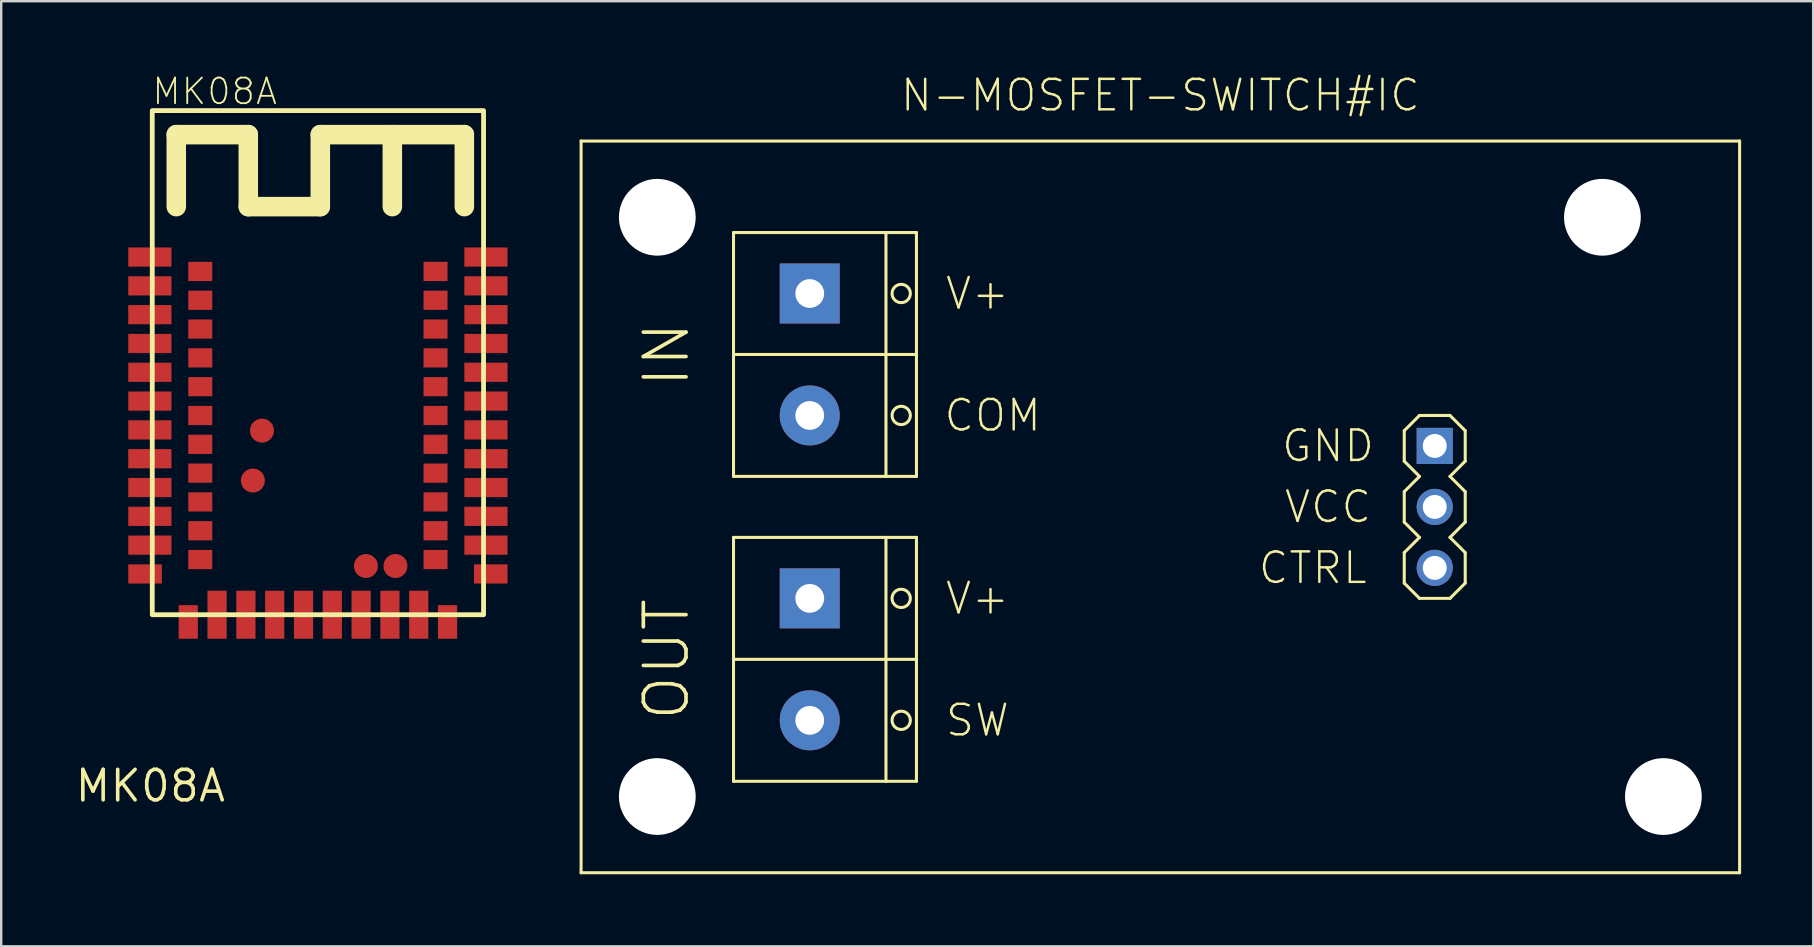
<source format=kicad_pcb>
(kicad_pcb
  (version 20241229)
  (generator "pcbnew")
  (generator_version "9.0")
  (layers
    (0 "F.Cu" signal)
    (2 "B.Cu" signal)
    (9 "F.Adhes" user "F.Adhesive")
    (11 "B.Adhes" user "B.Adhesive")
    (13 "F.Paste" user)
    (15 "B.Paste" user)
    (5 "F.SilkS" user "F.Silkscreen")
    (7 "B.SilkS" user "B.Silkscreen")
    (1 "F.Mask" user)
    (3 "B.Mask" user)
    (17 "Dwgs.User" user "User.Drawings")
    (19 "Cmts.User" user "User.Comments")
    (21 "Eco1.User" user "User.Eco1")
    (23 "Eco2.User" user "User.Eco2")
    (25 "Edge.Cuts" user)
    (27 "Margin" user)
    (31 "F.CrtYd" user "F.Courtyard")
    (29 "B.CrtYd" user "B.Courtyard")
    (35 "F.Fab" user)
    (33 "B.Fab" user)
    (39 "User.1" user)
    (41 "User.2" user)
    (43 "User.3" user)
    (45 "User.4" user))
  (footprint "MK08A"
    (layer "F.Cu")
    (at 3.293 1.558)
    (property "Reference" "MK08A" (at -0.08 28.13 0) (layer "F.SilkS") (effects (font (size 1.27 1.27) (thickness 0.15))))
    (attr smd)
    (fp_line (start 1 1) (end 1 4) (stroke (width 0.813) (type solid)) (layer "F.SilkS"))
    (fp_line (start 4 1) (end 1 1) (stroke (width 0.813) (type solid)) (layer "F.SilkS"))
    (fp_line (start 4 4) (end 4 1) (stroke (width 0.813) (type solid)) (layer "F.SilkS"))
    (fp_line (start 7 1) (end 7 4) (stroke (width 0.813) (type solid)) (layer "F.SilkS"))
    (fp_line (start 7 4) (end 4 4) (stroke (width 0.813) (type solid)) (layer "F.SilkS"))
    (fp_line (start 10 1) (end 10 4) (stroke (width 0.813) (type solid)) (layer "F.SilkS"))
    (fp_line (start 13 1) (end 7 1) (stroke (width 0.813) (type solid)) (layer "F.SilkS"))
    (fp_line (start 13 4) (end 13 1) (stroke (width 0.813) (type solid)) (layer "F.SilkS"))
    (fp_rect (start 0 0) (end 13.8 21) (stroke (width 0.2) (type solid)) (fill no) (layer "F.SilkS"))
    (fp_text user "MK08A" (at 2.6 -0.8 0) (layer "F.SilkS") (effects (font (size 1.067 1.067) (thickness 0.076))))
    (pad "D+" smd rect (at 11.8 16.3) (size 1 0.8) (layers "F.Cu" "F.Mask" "F.Paste"))
    (pad "D-" smd rect (at 11.8 17.5) (size 1 0.8) (layers "F.Cu" "F.Mask" "F.Paste"))
    (pad "GND" smd rect (at -0.1 16.9) (size 1.8 0.8) (layers "F.Cu" "F.Mask" "F.Paste"))
    (pad "GND" smd rect (at 2 11.5) (size 1 0.8) (layers "F.Cu" "F.Mask" "F.Paste"))
    (pad "GND" smd rect (at 2 16.3) (size 1 0.8) (layers "F.Cu" "F.Mask" "F.Paste"))
    (pad "GND" smd circle (at 4.57 13.33) (size 1 1) (layers "F.Cu" "F.Mask" "F.Paste"))
    (pad "P0.02" smd rect (at -0.1 7.3) (size 1.8 0.8) (layers "F.Cu" "F.Mask" "F.Paste"))
    (pad "P0.03" smd rect (at -0.1 6.1) (size 1.8 0.8) (layers "F.Cu" "F.Mask" "F.Paste"))
    (pad "P0.04" smd rect (at 1.5 21.3 90) (size 1.4 0.8) (layers "F.Cu" "F.Mask" "F.Paste"))
    (pad "P0.05" smd rect (at -0.1 14.5) (size 1.8 0.8) (layers "F.Cu" "F.Mask" "F.Paste"))
    (pad "P0.06" smd rect (at 2.7 21 90) (size 2 0.8) (layers "F.Cu" "F.Mask" "F.Paste"))
    (pad "P0.07" smd rect (at -0.1 13.3) (size 1.8 0.8) (layers "F.Cu" "F.Mask" "F.Paste"))
    (pad "P0.08" smd rect (at 5.1 21 90) (size 2 0.8) (layers "F.Cu" "F.Mask" "F.Paste"))
    (pad "P0.09" smd rect (at 6.3 21 90) (size 2 0.8) (layers "F.Cu" "F.Mask" "F.Paste"))
    (pad "P0.10" smd rect (at 7.5 21 90) (size 2 0.8) (layers "F.Cu" "F.Mask" "F.Paste"))
    (pad "P0.11" smd rect (at 3.9 21 90) (size 2 0.8) (layers "F.Cu" "F.Mask" "F.Paste"))
    (pad "P0.12" smd rect (at 11.1 21 90) (size 2 0.8) (layers "F.Cu" "F.Mask" "F.Paste"))
    (pad "P0.13" smd rect (at 12.3 21.3 90) (size 1.4 0.8) (layers "F.Cu" "F.Mask" "F.Paste"))
    (pad "P0.14" smd rect (at 14.1 19.3) (size 1.4 0.8) (layers "F.Cu" "F.Mask" "F.Paste"))
    (pad "P0.15" smd rect (at 13.9 18.1) (size 1.8 0.8) (layers "F.Cu" "F.Mask" "F.Paste"))
    (pad "P0.16" smd rect (at 13.9 16.9) (size 1.8 0.8) (layers "F.Cu" "F.Mask" "F.Paste"))
    (pad "P0.17" smd rect (at 13.9 15.7) (size 1.8 0.8) (layers "F.Cu" "F.Mask" "F.Paste"))
    (pad "P0.18" smd rect (at 13.9 14.5) (size 1.8 0.8) (layers "F.Cu" "F.Mask" "F.Paste"))
    (pad "P0.19" smd rect (at 13.9 13.3) (size 1.8 0.8) (layers "F.Cu" "F.Mask" "F.Paste"))
    (pad "P0.20" smd rect (at 13.9 12.1) (size 1.8 0.8) (layers "F.Cu" "F.Mask" "F.Paste"))
    (pad "P0.21" smd rect (at 13.9 10.9) (size 1.8 0.8) (layers "F.Cu" "F.Mask" "F.Paste"))
    (pad "P0.22" smd rect (at 13.9 9.7) (size 1.8 0.8) (layers "F.Cu" "F.Mask" "F.Paste"))
    (pad "P0.23" smd rect (at 13.9 8.5) (size 1.8 0.8) (layers "F.Cu" "F.Mask" "F.Paste"))
    (pad "P0.24" smd rect (at 13.9 7.3) (size 1.8 0.8) (layers "F.Cu" "F.Mask" "F.Paste"))
    (pad "P0.25" smd rect (at 13.9 6.1) (size 1.8 0.8) (layers "F.Cu" "F.Mask" "F.Paste"))
    (pad "P0.26" smd rect (at -0.3 19.3) (size 1.4 0.8) (layers "F.Cu" "F.Mask" "F.Paste"))
    (pad "P0.27" smd rect (at -0.1 18.1) (size 1.8 0.8) (layers "F.Cu" "F.Mask" "F.Paste"))
    (pad "P0.28" smd rect (at -0.1 8.5) (size 1.8 0.8) (layers "F.Cu" "F.Mask" "F.Paste"))
    (pad "P0.29" smd rect (at -0.1 9.7) (size 1.8 0.8) (layers "F.Cu" "F.Mask" "F.Paste"))
    (pad "P0.30" smd rect (at -0.1 10.9) (size 1.8 0.8) (layers "F.Cu" "F.Mask" "F.Paste"))
    (pad "P0.31" smd rect (at -0.1 12.1) (size 1.8 0.8) (layers "F.Cu" "F.Mask" "F.Paste"))
    (pad "P1.00" smd rect (at 11.8 15.1) (size 1 0.8) (layers "F.Cu" "F.Mask" "F.Paste"))
    (pad "P1.01" smd rect (at 11.8 13.9) (size 1 0.8) (layers "F.Cu" "F.Mask" "F.Paste"))
    (pad "P1.02" smd rect (at 11.8 12.7) (size 1 0.8) (layers "F.Cu" "F.Mask" "F.Paste"))
    (pad "P1.03" smd rect (at 11.8 11.5) (size 1 0.8) (layers "F.Cu" "F.Mask" "F.Paste"))
    (pad "P1.04" smd rect (at 11.8 10.3) (size 1 0.8) (layers "F.Cu" "F.Mask" "F.Paste"))
    (pad "P1.05" smd rect (at 11.8 9.1) (size 1 0.8) (layers "F.Cu" "F.Mask" "F.Paste"))
    (pad "P1.06" smd rect (at 11.8 7.9) (size 1 0.8) (layers "F.Cu" "F.Mask" "F.Paste"))
    (pad "P1.07" smd rect (at 11.8 6.7) (size 1 0.8) (layers "F.Cu" "F.Mask" "F.Paste"))
    (pad "P1.08" smd rect (at 2 17.5) (size 1 0.8) (layers "F.Cu" "F.Mask" "F.Paste"))
    (pad "P1.09" smd rect (at 2 18.7) (size 1 0.8) (layers "F.Cu" "F.Mask" "F.Paste"))
    (pad "P1.10" smd rect (at 2 6.7) (size 1 0.8) (layers "F.Cu" "F.Mask" "F.Paste"))
    (pad "P1.11" smd rect (at 2 7.9) (size 1 0.8) (layers "F.Cu" "F.Mask" "F.Paste"))
    (pad "P1.12" smd rect (at 2 9.1) (size 1 0.8) (layers "F.Cu" "F.Mask" "F.Paste"))
    (pad "P1.13" smd rect (at 2 10.3) (size 1 0.8) (layers "F.Cu" "F.Mask" "F.Paste"))
    (pad "P1.14" smd rect (at 2 12.7) (size 1 0.8) (layers "F.Cu" "F.Mask" "F.Paste"))
    (pad "P1.15" smd rect (at 2 13.9) (size 1 0.8) (layers "F.Cu" "F.Mask" "F.Paste"))
    (pad "SWDCLK" smd rect (at 8.7 21 90) (size 2 0.8) (layers "F.Cu" "F.Mask" "F.Paste"))
    (pad "SWDCLK" smd circle (at 8.9 18.97) (size 1 1) (layers "F.Cu" "F.Mask" "F.Paste"))
    (pad "SWDIO" smd rect (at 9.9 21 90) (size 2 0.8) (layers "F.Cu" "F.Mask" "F.Paste"))
    (pad "SWDIO" smd circle (at 10.13 18.97) (size 1 1) (layers "F.Cu" "F.Mask" "F.Paste"))
    (pad "VBUS" smd rect (at 11.8 18.7) (size 1 0.8) (layers "F.Cu" "F.Mask" "F.Paste"))
    (pad "VDD" smd rect (at -0.1 15.7) (size 1.8 0.8) (layers "F.Cu" "F.Mask" "F.Paste"))
    (pad "VDD" smd circle (at 4.19 15.41) (size 1 1) (layers "F.Cu" "F.Mask" "F.Paste"))
    (pad "VDDH" smd rect (at 2 15.1) (size 1 0.8) (layers "F.Cu" "F.Mask" "F.Paste")))
  (footprint "N-MOSFET-SWITCH#IC"
    (layer "F.Cu")
    (at 45.286 18.066)
    (property "Reference" "N-MOSFET-SWITCH#IC" (at 0 -17.145 0) (layer "F.SilkS") (effects (font (size 1.27 1.27) (thickness 0.102))))
    (attr exclude_from_pos_files exclude_from_bom)
    (fp_line (start -24.13 -15.24) (end 24.13 -15.24) (stroke (width 0.127) (type solid)) (layer "F.SilkS"))
    (fp_line (start -24.13 15.24) (end -24.13 -15.24) (stroke (width 0.127) (type solid)) (layer "F.SilkS"))
    (fp_line (start -17.78 -11.43) (end -11.43 -11.43) (stroke (width 0.127) (type solid)) (layer "F.SilkS"))
    (fp_line (start -17.78 -6.35) (end -17.78 -11.43) (stroke (width 0.127) (type solid)) (layer "F.SilkS"))
    (fp_line (start -17.78 -1.27) (end -17.78 -6.35) (stroke (width 0.127) (type solid)) (layer "F.SilkS"))
    (fp_line (start -17.78 1.27) (end -17.78 6.35) (stroke (width 0.127) (type solid)) (layer "F.SilkS"))
    (fp_line (start -17.78 1.27) (end -11.43 1.27) (stroke (width 0.127) (type solid)) (layer "F.SilkS"))
    (fp_line (start -17.78 6.35) (end -17.78 11.43) (stroke (width 0.127) (type solid)) (layer "F.SilkS"))
    (fp_line (start -17.78 6.35) (end -10.16 6.35) (stroke (width 0.127) (type solid)) (layer "F.SilkS"))
    (fp_line (start -17.78 11.43) (end -11.43 11.43) (stroke (width 0.127) (type solid)) (layer "F.SilkS"))
    (fp_line (start -11.43 -11.43) (end -11.43 -1.27) (stroke (width 0.127) (type solid)) (layer "F.SilkS"))
    (fp_line (start -11.43 -11.43) (end -10.16 -11.43) (stroke (width 0.127) (type solid)) (layer "F.SilkS"))
    (fp_line (start -11.43 -1.27) (end -17.78 -1.27) (stroke (width 0.127) (type solid)) (layer "F.SilkS"))
    (fp_line (start -11.43 1.27) (end -11.43 11.43) (stroke (width 0.127) (type solid)) (layer "F.SilkS"))
    (fp_line (start -11.43 1.27) (end -10.16 1.27) (stroke (width 0.127) (type solid)) (layer "F.SilkS"))
    (fp_line (start -11.43 11.43) (end -10.16 11.43) (stroke (width 0.127) (type solid)) (layer "F.SilkS"))
    (fp_line (start -10.16 -11.43) (end -10.16 -6.35) (stroke (width 0.127) (type solid)) (layer "F.SilkS"))
    (fp_line (start -10.16 -6.35) (end -17.78 -6.35) (stroke (width 0.127) (type solid)) (layer "F.SilkS"))
    (fp_line (start -10.16 -6.35) (end -10.16 -1.27) (stroke (width 0.127) (type solid)) (layer "F.SilkS"))
    (fp_line (start -10.16 -1.27) (end -11.43 -1.27) (stroke (width 0.127) (type solid)) (layer "F.SilkS"))
    (fp_line (start -10.16 6.35) (end -10.16 1.27) (stroke (width 0.127) (type solid)) (layer "F.SilkS"))
    (fp_line (start -10.16 11.43) (end -10.16 6.35) (stroke (width 0.127) (type solid)) (layer "F.SilkS"))
    (fp_line (start 10.16 -3.175) (end 10.795 -3.81) (stroke (width 0.127) (type solid)) (layer "F.SilkS"))
    (fp_line (start 10.16 -1.905) (end 10.16 -3.175) (stroke (width 0.127) (type solid)) (layer "F.SilkS"))
    (fp_line (start 10.16 -0.635) (end 10.795 -1.27) (stroke (width 0.127) (type solid)) (layer "F.SilkS"))
    (fp_line (start 10.16 0.635) (end 10.16 -0.635) (stroke (width 0.127) (type solid)) (layer "F.SilkS"))
    (fp_line (start 10.16 1.905) (end 10.795 1.27) (stroke (width 0.127) (type solid)) (layer "F.SilkS"))
    (fp_line (start 10.16 3.175) (end 10.16 1.905) (stroke (width 0.127) (type solid)) (layer "F.SilkS"))
    (fp_line (start 10.795 -3.81) (end 12.065 -3.81) (stroke (width 0.127) (type solid)) (layer "F.SilkS"))
    (fp_line (start 10.795 -1.27) (end 10.16 -1.905) (stroke (width 0.127) (type solid)) (layer "F.SilkS"))
    (fp_line (start 10.795 1.27) (end 10.16 0.635) (stroke (width 0.127) (type solid)) (layer "F.SilkS"))
    (fp_line (start 10.795 3.81) (end 10.16 3.175) (stroke (width 0.127) (type solid)) (layer "F.SilkS"))
    (fp_line (start 10.795 3.81) (end 12.065 3.81) (stroke (width 0.127) (type solid)) (layer "F.SilkS"))
    (fp_line (start 12.065 -3.81) (end 12.7 -3.175) (stroke (width 0.127) (type solid)) (layer "F.SilkS"))
    (fp_line (start 12.065 -1.27) (end 12.7 -0.635) (stroke (width 0.127) (type solid)) (layer "F.SilkS"))
    (fp_line (start 12.065 1.27) (end 12.7 1.905) (stroke (width 0.127) (type solid)) (layer "F.SilkS"))
    (fp_line (start 12.7 -3.175) (end 12.7 -1.905) (stroke (width 0.127) (type solid)) (layer "F.SilkS"))
    (fp_line (start 12.7 -1.905) (end 12.065 -1.27) (stroke (width 0.127) (type solid)) (layer "F.SilkS"))
    (fp_line (start 12.7 -0.635) (end 12.7 0.635) (stroke (width 0.127) (type solid)) (layer "F.SilkS"))
    (fp_line (start 12.7 0.635) (end 12.065 1.27) (stroke (width 0.127) (type solid)) (layer "F.SilkS"))
    (fp_line (start 12.7 1.905) (end 12.7 3.175) (stroke (width 0.127) (type solid)) (layer "F.SilkS"))
    (fp_line (start 12.7 3.175) (end 12.065 3.81) (stroke (width 0.127) (type solid)) (layer "F.SilkS"))
    (fp_line (start 24.13 -15.24) (end 24.13 15.24) (stroke (width 0.127) (type solid)) (layer "F.SilkS"))
    (fp_line (start 24.13 15.24) (end -24.13 15.24) (stroke (width 0.127) (type solid)) (layer "F.SilkS"))
    (fp_circle (center -10.795 -8.89) (end -10.795 -9.271) (stroke (width 0.127) (type solid)) (fill no) (layer "F.SilkS"))
    (fp_circle (center -10.795 -3.81) (end -10.795 -4.191) (stroke (width 0.127) (type solid)) (fill no) (layer "F.SilkS"))
    (fp_circle (center -10.795 3.81) (end -10.795 3.429) (stroke (width 0.127) (type solid)) (fill no) (layer "F.SilkS"))
    (fp_circle (center -10.795 8.89) (end -10.795 8.509) (stroke (width 0.127) (type solid)) (fill no) (layer "F.SilkS"))
    (fp_text user "V+" (at -7.62 3.81 0) (layer "F.SilkS") (effects (font (size 1.27 1.27) (thickness 0.102))))
    (fp_text user "SW" (at -7.62 8.89 0) (layer "F.SilkS") (effects (font (size 1.27 1.27) (thickness 0.102))))
    (fp_text user "V+" (at -7.62 -8.89 0) (layer "F.SilkS") (effects (font (size 1.27 1.27) (thickness 0.102))))
    (fp_text user "GND" (at 6.985 -2.54 0) (layer "F.SilkS") (effects (font (size 1.27 1.27) (thickness 0.102))))
    (fp_text user "COM" (at -6.985 -3.81 0) (layer "F.SilkS") (effects (font (size 1.27 1.27) (thickness 0.102))))
    (fp_text user "OUT" (at -20.574 6.35 90) (layer "F.SilkS") (effects (font (size 1.778 1.778) (thickness 0.152))))
    (fp_text user "IN" (at -20.574 -6.35 90) (layer "F.SilkS") (effects (font (size 1.778 1.778) (thickness 0.152))))
    (fp_text user "VCC" (at 6.985 0 0) (layer "F.SilkS") (effects (font (size 1.27 1.27) (thickness 0.102))))
    (fp_text user "CTRL" (at 6.35 2.54 0) (layer "F.SilkS") (effects (font (size 1.27 1.27) (thickness 0.102))))
    (pad "" np_thru_hole circle (at -20.955 -12.065) (size 3.198 3.198) (drill 3.198) (layers "*.Cu" "*.Mask"))
    (pad "" np_thru_hole circle (at -20.955 12.065) (size 3.198 3.198) (drill 3.198) (layers "*.Cu" "*.Mask"))
    (pad "" np_thru_hole circle (at 18.415 -12.065) (size 3.198 3.198) (drill 3.198) (layers "*.Cu" "*.Mask"))
    (pad "" np_thru_hole circle (at 20.955 12.065) (size 3.198 3.198) (drill 3.198) (layers "*.Cu" "*.Mask"))
    (pad "J1.1" thru_hole rect (at 11.43 -2.54) (size 1.506 1.506) (drill 0.998) (layers "*.Cu" "*.Paste" "*.Mask"))
    (pad "J1.2" thru_hole circle (at 11.43 0) (size 1.506 1.506) (drill 0.998) (layers "*.Cu" "*.Paste" "*.Mask"))
    (pad "J1.3" thru_hole circle (at 11.43 2.54) (size 1.506 1.506) (drill 0.998) (layers "*.Cu" "*.Paste" "*.Mask"))
    (pad "P1.1" thru_hole rect (at -14.605 -8.89) (size 2.499 2.499) (drill 1.199) (layers "*.Cu" "*.Paste" "*.Mask"))
    (pad "P1.2" thru_hole circle (at -14.605 -3.81) (size 2.499 2.499) (drill 1.199) (layers "*.Cu" "*.Paste" "*.Mask"))
    (pad "P2.1" thru_hole rect (at -14.605 3.81) (size 2.499 2.499) (drill 1.199) (layers "*.Cu" "*.Paste" "*.Mask"))
    (pad "P2.2" thru_hole circle (at -14.605 8.89) (size 2.499 2.499) (drill 1.199) (layers "*.Cu" "*.Paste" "*.Mask")))
  (gr_rect
    (start -3 -3)
    (end 72.48 36.37)
    (stroke (width 0.1) (type default))
    (fill no)
    (layer "Edge.Cuts")))
</source>
